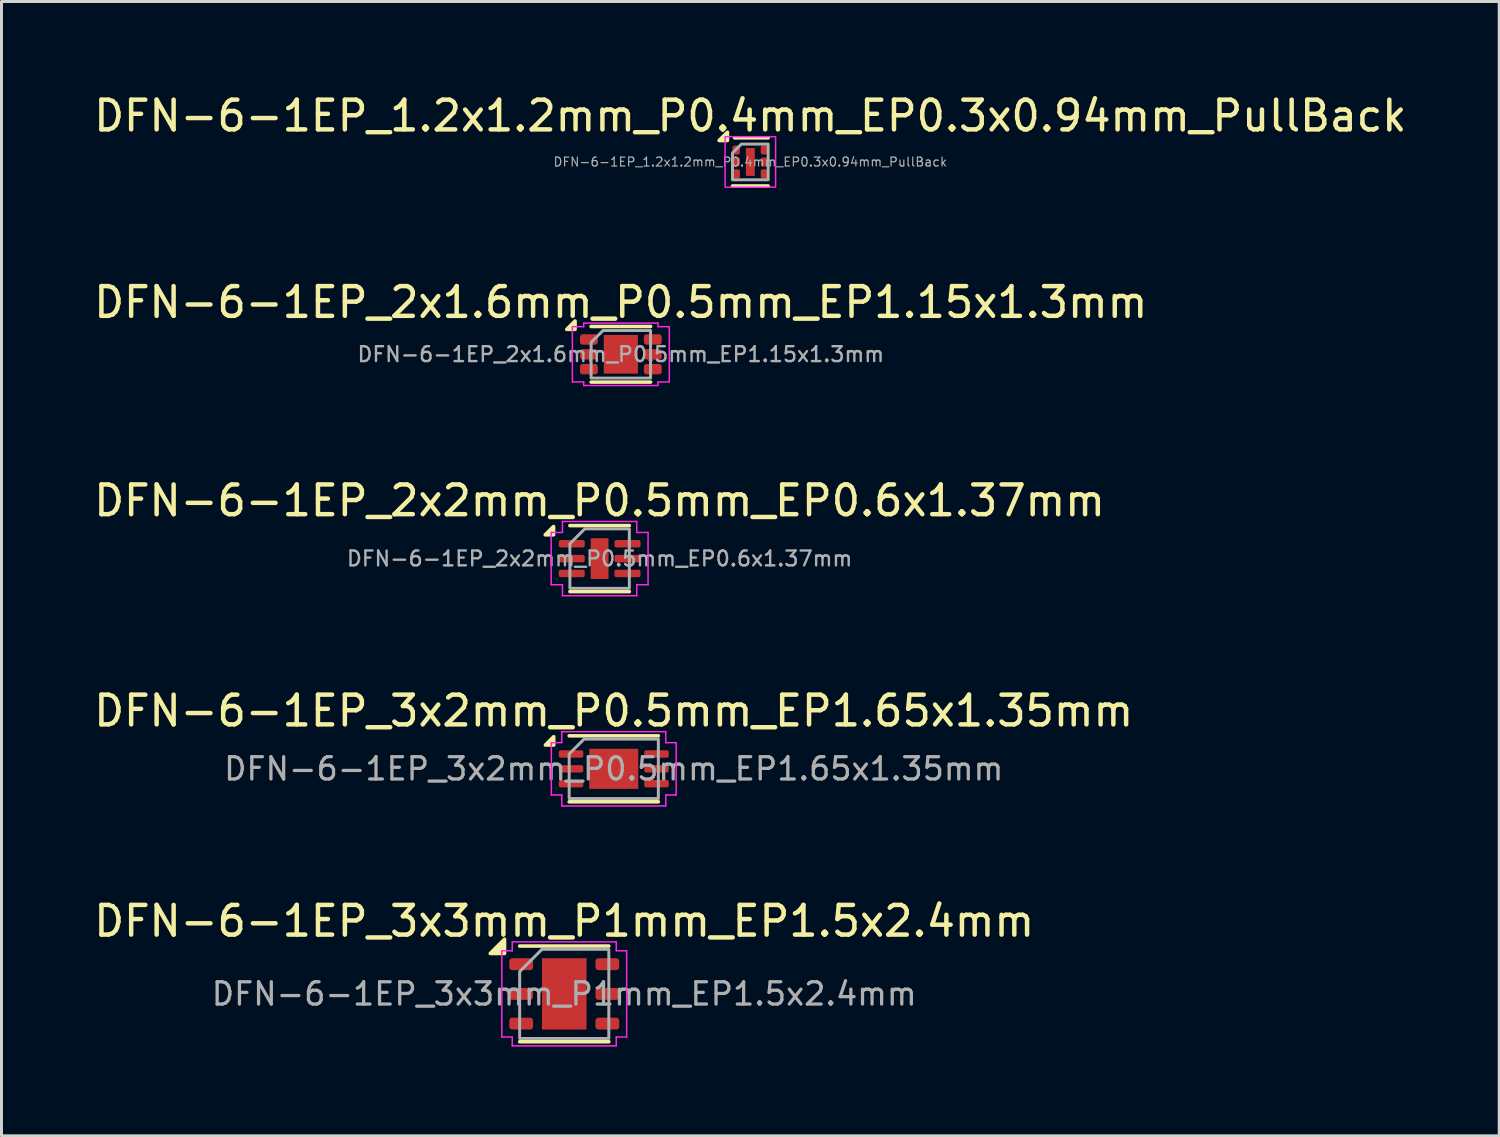
<source format=kicad_pcb>
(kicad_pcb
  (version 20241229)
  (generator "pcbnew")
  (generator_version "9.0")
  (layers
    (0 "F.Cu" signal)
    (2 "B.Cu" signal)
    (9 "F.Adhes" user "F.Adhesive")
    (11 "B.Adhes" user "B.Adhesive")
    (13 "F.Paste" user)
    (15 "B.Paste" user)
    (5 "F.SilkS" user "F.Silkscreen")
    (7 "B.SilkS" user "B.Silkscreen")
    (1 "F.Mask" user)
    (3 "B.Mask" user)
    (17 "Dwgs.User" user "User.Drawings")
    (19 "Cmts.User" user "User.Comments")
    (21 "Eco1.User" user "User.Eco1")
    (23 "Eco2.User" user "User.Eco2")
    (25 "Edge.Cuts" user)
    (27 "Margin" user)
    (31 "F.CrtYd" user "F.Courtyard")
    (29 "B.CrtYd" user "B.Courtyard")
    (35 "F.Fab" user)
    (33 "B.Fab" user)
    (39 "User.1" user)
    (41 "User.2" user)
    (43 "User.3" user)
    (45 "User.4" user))
  (footprint "DFN-6-1EP_3x3mm_P1mm_EP1.5x2.4mm"
    (layer "F.Cu")
    (at 15.935 30.391)
    (property "Reference" "DFN-6-1EP_3x3mm_P1mm_EP1.5x2.4mm" (at 0 -2.45 0) (layer "F.SilkS") (effects (font (size 1 1) (thickness 0.15))))
    (attr smd)
    (fp_line (start -1.5 -1.61) (end 1.5 -1.61) (stroke (width 0.12) (type solid)) (layer "F.SilkS"))
    (fp_line (start -1.5 1.61) (end 1.5 1.61) (stroke (width 0.12) (type solid)) (layer "F.SilkS"))
    (fp_poly (pts (xy -2.01 -1.36) (xy -2.49 -1.36) (xy -2.01 -1.84)) (stroke (width 0.12) (type solid)) (fill yes) (layer "F.SilkS"))
    (fp_line (start -2.1 -1.45) (end -1.75 -1.45) (stroke (width 0.05) (type solid)) (layer "F.CrtYd"))
    (fp_line (start -2.1 1.45) (end -2.1 -1.45) (stroke (width 0.05) (type solid)) (layer "F.CrtYd"))
    (fp_line (start -1.75 -1.75) (end 1.75 -1.75) (stroke (width 0.05) (type solid)) (layer "F.CrtYd"))
    (fp_line (start -1.75 -1.45) (end -1.75 -1.75) (stroke (width 0.05) (type solid)) (layer "F.CrtYd"))
    (fp_line (start -1.75 1.45) (end -2.1 1.45) (stroke (width 0.05) (type solid)) (layer "F.CrtYd"))
    (fp_line (start -1.75 1.75) (end -1.75 1.45) (stroke (width 0.05) (type solid)) (layer "F.CrtYd"))
    (fp_line (start 1.75 -1.75) (end 1.75 -1.45) (stroke (width 0.05) (type solid)) (layer "F.CrtYd"))
    (fp_line (start 1.75 -1.45) (end 2.1 -1.45) (stroke (width 0.05) (type solid)) (layer "F.CrtYd"))
    (fp_line (start 1.75 1.45) (end 1.75 1.75) (stroke (width 0.05) (type solid)) (layer "F.CrtYd"))
    (fp_line (start 1.75 1.75) (end -1.75 1.75) (stroke (width 0.05) (type solid)) (layer "F.CrtYd"))
    (fp_line (start 2.1 -1.45) (end 2.1 1.45) (stroke (width 0.05) (type solid)) (layer "F.CrtYd"))
    (fp_line (start 2.1 1.45) (end 1.75 1.45) (stroke (width 0.05) (type solid)) (layer "F.CrtYd"))
    (fp_poly (pts (xy -1.5 -0.75) (xy -1.5 1.5) (xy 1.5 1.5) (xy 1.5 -1.5) (xy -0.75 -1.5)) (stroke (width 0.1) (type solid)) (fill no) (layer "F.Fab"))
    (fp_text user "${REFERENCE}" (at 0 0 0) (layer "F.Fab") (effects (font (size 0.75 0.75) (thickness 0.11))))
    (pad "" smd roundrect (at -0.375 -0.6) (size 0.6 0.97) (layers "F.Paste") (roundrect_rratio 0.25))
    (pad "" smd roundrect (at -0.375 0.6) (size 0.6 0.97) (layers "F.Paste") (roundrect_rratio 0.25))
    (pad "" smd roundrect (at 0.375 -0.6) (size 0.6 0.97) (layers "F.Paste") (roundrect_rratio 0.25))
    (pad "" smd roundrect (at 0.375 0.6) (size 0.6 0.97) (layers "F.Paste") (roundrect_rratio 0.25))
    (pad "1" smd roundrect (at -1.45 -1) (size 0.8 0.4) (layers "F.Cu" "F.Mask" "F.Paste") (roundrect_rratio 0.25))
    (pad "2" smd roundrect (at -1.45 0) (size 0.8 0.4) (layers "F.Cu" "F.Mask" "F.Paste") (roundrect_rratio 0.25))
    (pad "3" smd roundrect (at -1.45 1) (size 0.8 0.4) (layers "F.Cu" "F.Mask" "F.Paste") (roundrect_rratio 0.25))
    (pad "4" smd roundrect (at 1.45 1) (size 0.8 0.4) (layers "F.Cu" "F.Mask" "F.Paste") (roundrect_rratio 0.25))
    (pad "5" smd roundrect (at 1.45 0) (size 0.8 0.4) (layers "F.Cu" "F.Mask" "F.Paste") (roundrect_rratio 0.25))
    (pad "6" smd roundrect (at 1.45 -1) (size 0.8 0.4) (layers "F.Cu" "F.Mask" "F.Paste") (roundrect_rratio 0.25))
    (pad "7" smd rect (at 0 0) (size 1.5 2.4) (property pad_prop_heatsink) (layers "F.Cu" "F.Mask")))
  (footprint "DFN-6-1EP_2x2mm_P0.5mm_EP0.6x1.37mm"
    (layer "F.Cu")
    (at 17.125 15.745)
    (property "Reference" "DFN-6-1EP_2x2mm_P0.5mm_EP0.6x1.37mm" (at 0 -1.95 0) (layer "F.SilkS") (effects (font (size 1 1) (thickness 0.15))))
    (attr smd)
    (fp_line (start -1 -1.11) (end 1 -1.11) (stroke (width 0.12) (type solid)) (layer "F.SilkS"))
    (fp_line (start -1 1.11) (end 1 1.11) (stroke (width 0.12) (type solid)) (layer "F.SilkS"))
    (fp_poly (pts (xy -1.55 -0.8) (xy -1.83 -0.8) (xy -1.55 -1.08)) (stroke (width 0.12) (type solid)) (fill yes) (layer "F.SilkS"))
    (fp_line (start -1.63 -0.88) (end -1.25 -0.88) (stroke (width 0.05) (type solid)) (layer "F.CrtYd"))
    (fp_line (start -1.63 0.88) (end -1.63 -0.88) (stroke (width 0.05) (type solid)) (layer "F.CrtYd"))
    (fp_line (start -1.25 -1.25) (end 1.25 -1.25) (stroke (width 0.05) (type solid)) (layer "F.CrtYd"))
    (fp_line (start -1.25 -0.88) (end -1.25 -1.25) (stroke (width 0.05) (type solid)) (layer "F.CrtYd"))
    (fp_line (start -1.25 0.88) (end -1.63 0.88) (stroke (width 0.05) (type solid)) (layer "F.CrtYd"))
    (fp_line (start -1.25 1.25) (end -1.25 0.88) (stroke (width 0.05) (type solid)) (layer "F.CrtYd"))
    (fp_line (start 1.25 -1.25) (end 1.25 -0.88) (stroke (width 0.05) (type solid)) (layer "F.CrtYd"))
    (fp_line (start 1.25 -0.88) (end 1.63 -0.88) (stroke (width 0.05) (type solid)) (layer "F.CrtYd"))
    (fp_line (start 1.25 0.88) (end 1.25 1.25) (stroke (width 0.05) (type solid)) (layer "F.CrtYd"))
    (fp_line (start 1.25 1.25) (end -1.25 1.25) (stroke (width 0.05) (type solid)) (layer "F.CrtYd"))
    (fp_line (start 1.63 -0.88) (end 1.63 0.88) (stroke (width 0.05) (type solid)) (layer "F.CrtYd"))
    (fp_line (start 1.63 0.88) (end 1.25 0.88) (stroke (width 0.05) (type solid)) (layer "F.CrtYd"))
    (fp_poly (pts (xy -1 -0.5) (xy -1 1) (xy 1 1) (xy 1 -1) (xy -0.5 -1)) (stroke (width 0.1) (type solid)) (fill no) (layer "F.Fab"))
    (fp_text user "${REFERENCE}" (at 0 0 0) (layer "F.Fab") (effects (font (size 0.5 0.5) (thickness 0.08))))
    (pad "" smd roundrect (at 0 -0.34) (size 0.48 0.55) (layers "F.Paste") (roundrect_rratio 0.25))
    (pad "" smd roundrect (at 0 0.34) (size 0.48 0.55) (layers "F.Paste") (roundrect_rratio 0.25))
    (pad "1" smd roundrect (at -0.938 -0.5) (size 0.875 0.25) (layers "F.Cu" "F.Mask" "F.Paste") (roundrect_rratio 0.25))
    (pad "2" smd roundrect (at -0.938 0) (size 0.875 0.25) (layers "F.Cu" "F.Mask" "F.Paste") (roundrect_rratio 0.25))
    (pad "3" smd roundrect (at -0.938 0.5) (size 0.875 0.25) (layers "F.Cu" "F.Mask" "F.Paste") (roundrect_rratio 0.25))
    (pad "4" smd roundrect (at 0.938 0.5) (size 0.875 0.25) (layers "F.Cu" "F.Mask" "F.Paste") (roundrect_rratio 0.25))
    (pad "5" smd roundrect (at 0.938 0) (size 0.875 0.25) (layers "F.Cu" "F.Mask" "F.Paste") (roundrect_rratio 0.25))
    (pad "6" smd roundrect (at 0.938 -0.5) (size 0.875 0.25) (layers "F.Cu" "F.Mask" "F.Paste") (roundrect_rratio 0.25))
    (pad "7" smd rect (at 0 0) (size 0.6 1.37) (property pad_prop_heatsink) (layers "F.Cu" "F.Mask")))
  (footprint "DFN-6-1EP_1.2x1.2mm_P0.4mm_EP0.3x0.94mm_PullBack"
    (layer "F.Cu")
    (at 22.196 2.398)
    (property "Reference" "DFN-6-1EP_1.2x1.2mm_P0.4mm_EP0.3x0.94mm_PullBack" (at 0 -1.55 0) (layer "F.SilkS") (effects (font (size 1 1) (thickness 0.15))))
    (attr smd)
    (fp_line (start -0.6 0.81) (end 0.6 0.81) (stroke (width 0.12) (type solid)) (layer "F.SilkS"))
    (fp_line (start -0.53 -0.81) (end 0.6 -0.81) (stroke (width 0.12) (type solid)) (layer "F.SilkS"))
    (fp_poly (pts (xy -0.77 -0.72) (xy -1.05 -0.72) (xy -0.77 -1)) (stroke (width 0.12) (type solid)) (fill yes) (layer "F.SilkS"))
    (fp_rect (start 0.85 0.85) (end -0.85 -0.85) (stroke (width 0.05) (type solid)) (fill no) (layer "F.CrtYd"))
    (fp_poly (pts (xy -0.6 -0.3) (xy -0.6 0.6) (xy 0.6 0.6) (xy 0.6 -0.6) (xy -0.3 -0.6)) (stroke (width 0.1) (type solid)) (fill no) (layer "F.Fab"))
    (fp_text user "${REFERENCE}" (at 0 0 0) (layer "F.Fab") (effects (font (size 0.3 0.3) (thickness 0.04))))
    (pad "" smd roundrect (at 0 -0.235) (size 0.24 0.38) (layers "F.Paste") (roundrect_rratio 0.25))
    (pad "" smd roundrect (at 0 0.235) (size 0.24 0.38) (layers "F.Paste") (roundrect_rratio 0.25))
    (pad "1" smd roundrect (at -0.475 -0.4) (size 0.25 0.3) (layers "F.Cu" "F.Mask" "F.Paste") (roundrect_rratio 0.25))
    (pad "2" smd roundrect (at -0.475 0) (size 0.25 0.3) (layers "F.Cu" "F.Mask" "F.Paste") (roundrect_rratio 0.25))
    (pad "3" smd roundrect (at -0.475 0.4) (size 0.25 0.3) (layers "F.Cu" "F.Mask" "F.Paste") (roundrect_rratio 0.25))
    (pad "4" smd roundrect (at 0.475 0.4) (size 0.25 0.3) (layers "F.Cu" "F.Mask" "F.Paste") (roundrect_rratio 0.25))
    (pad "5" smd roundrect (at 0.475 0) (size 0.25 0.3) (layers "F.Cu" "F.Mask" "F.Paste") (roundrect_rratio 0.25))
    (pad "6" smd roundrect (at 0.475 -0.4) (size 0.25 0.3) (layers "F.Cu" "F.Mask" "F.Paste") (roundrect_rratio 0.25))
    (pad "7" smd rect (at 0 0) (size 0.3 0.94) (property pad_prop_heatsink) (layers "F.Cu" "F.Mask")))
  (footprint "DFN-6-1EP_2x1.6mm_P0.5mm_EP1.15x1.3mm"
    (layer "F.Cu")
    (at 17.839 8.871)
    (property "Reference" "DFN-6-1EP_2x1.6mm_P0.5mm_EP1.15x1.3mm" (at 0 -1.75 0) (layer "F.SilkS") (effects (font (size 1 1) (thickness 0.15))))
    (attr smd)
    (fp_line (start -1 -0.935) (end 1 -0.935) (stroke (width 0.12) (type solid)) (layer "F.SilkS"))
    (fp_line (start -1 0.935) (end 1 0.935) (stroke (width 0.12) (type solid)) (layer "F.SilkS"))
    (fp_poly (pts (xy -1.54 -0.84) (xy -1.82 -0.84) (xy -1.54 -1.12)) (stroke (width 0.12) (type solid)) (fill yes) (layer "F.SilkS"))
    (fp_line (start -1.63 -0.93) (end -1.25 -0.93) (stroke (width 0.05) (type solid)) (layer "F.CrtYd"))
    (fp_line (start -1.63 0.93) (end -1.63 -0.93) (stroke (width 0.05) (type solid)) (layer "F.CrtYd"))
    (fp_line (start -1.25 -1.05) (end 1.25 -1.05) (stroke (width 0.05) (type solid)) (layer "F.CrtYd"))
    (fp_line (start -1.25 -0.93) (end -1.25 -1.05) (stroke (width 0.05) (type solid)) (layer "F.CrtYd"))
    (fp_line (start -1.25 0.93) (end -1.63 0.93) (stroke (width 0.05) (type solid)) (layer "F.CrtYd"))
    (fp_line (start -1.25 1.05) (end -1.25 0.93) (stroke (width 0.05) (type solid)) (layer "F.CrtYd"))
    (fp_line (start 1.25 -1.05) (end 1.25 -0.93) (stroke (width 0.05) (type solid)) (layer "F.CrtYd"))
    (fp_line (start 1.25 -0.93) (end 1.63 -0.93) (stroke (width 0.05) (type solid)) (layer "F.CrtYd"))
    (fp_line (start 1.25 0.93) (end 1.25 1.05) (stroke (width 0.05) (type solid)) (layer "F.CrtYd"))
    (fp_line (start 1.25 1.05) (end -1.25 1.05) (stroke (width 0.05) (type solid)) (layer "F.CrtYd"))
    (fp_line (start 1.63 -0.93) (end 1.63 0.93) (stroke (width 0.05) (type solid)) (layer "F.CrtYd"))
    (fp_line (start 1.63 0.93) (end 1.25 0.93) (stroke (width 0.05) (type solid)) (layer "F.CrtYd"))
    (fp_poly (pts (xy -1 -0.4) (xy -1 0.8) (xy 1 0.8) (xy 1 -0.8) (xy -0.6 -0.8)) (stroke (width 0.1) (type solid)) (fill no) (layer "F.Fab"))
    (fp_text user "${REFERENCE}" (at 0 0 0) (layer "F.Fab") (effects (font (size 0.5 0.5) (thickness 0.08))))
    (pad "" smd roundrect (at 0 -0.325) (size 0.93 0.52) (layers "F.Paste") (roundrect_rratio 0.25))
    (pad "" smd roundrect (at 0 0.325) (size 0.93 0.52) (layers "F.Paste") (roundrect_rratio 0.25))
    (pad "1" smd roundrect (at -1.075 -0.5) (size 0.6 0.35) (layers "F.Cu" "F.Mask" "F.Paste") (roundrect_rratio 0.25))
    (pad "2" smd roundrect (at -1.075 0) (size 0.6 0.35) (layers "F.Cu" "F.Mask" "F.Paste") (roundrect_rratio 0.25))
    (pad "3" smd roundrect (at -1.075 0.5) (size 0.6 0.35) (layers "F.Cu" "F.Mask" "F.Paste") (roundrect_rratio 0.25))
    (pad "4" smd roundrect (at 1.075 0.5) (size 0.6 0.35) (layers "F.Cu" "F.Mask" "F.Paste") (roundrect_rratio 0.25))
    (pad "5" smd roundrect (at 1.075 0) (size 0.6 0.35) (layers "F.Cu" "F.Mask" "F.Paste") (roundrect_rratio 0.25))
    (pad "6" smd roundrect (at 1.075 -0.5) (size 0.6 0.35) (layers "F.Cu" "F.Mask" "F.Paste") (roundrect_rratio 0.25))
    (pad "7" smd rect (at 0 0) (size 1.15 1.3) (property pad_prop_heatsink) (layers "F.Cu" "F.Mask")))
  (footprint "DFN-6-1EP_3x2mm_P0.5mm_EP1.65x1.35mm"
    (layer "F.Cu")
    (at 17.601 22.818)
    (property "Reference" "DFN-6-1EP_3x2mm_P0.5mm_EP1.65x1.35mm" (at 0 -1.95 0) (layer "F.SilkS") (effects (font (size 1 1) (thickness 0.15))))
    (attr smd)
    (fp_line (start -1.5 -1.11) (end 1.5 -1.11) (stroke (width 0.12) (type solid)) (layer "F.SilkS"))
    (fp_line (start -1.5 1.11) (end 1.5 1.11) (stroke (width 0.12) (type solid)) (layer "F.SilkS"))
    (fp_poly (pts (xy -2.02 -0.8) (xy -2.3 -0.8) (xy -2.02 -1.08)) (stroke (width 0.12) (type solid)) (fill yes) (layer "F.SilkS"))
    (fp_line (start -2.1 -0.88) (end -1.75 -0.88) (stroke (width 0.05) (type solid)) (layer "F.CrtYd"))
    (fp_line (start -2.1 0.88) (end -2.1 -0.88) (stroke (width 0.05) (type solid)) (layer "F.CrtYd"))
    (fp_line (start -1.75 -1.25) (end 1.75 -1.25) (stroke (width 0.05) (type solid)) (layer "F.CrtYd"))
    (fp_line (start -1.75 -0.88) (end -1.75 -1.25) (stroke (width 0.05) (type solid)) (layer "F.CrtYd"))
    (fp_line (start -1.75 0.88) (end -2.1 0.88) (stroke (width 0.05) (type solid)) (layer "F.CrtYd"))
    (fp_line (start -1.75 1.25) (end -1.75 0.88) (stroke (width 0.05) (type solid)) (layer "F.CrtYd"))
    (fp_line (start 1.75 -1.25) (end 1.75 -0.88) (stroke (width 0.05) (type solid)) (layer "F.CrtYd"))
    (fp_line (start 1.75 -0.88) (end 2.1 -0.88) (stroke (width 0.05) (type solid)) (layer "F.CrtYd"))
    (fp_line (start 1.75 0.88) (end 1.75 1.25) (stroke (width 0.05) (type solid)) (layer "F.CrtYd"))
    (fp_line (start 1.75 1.25) (end -1.75 1.25) (stroke (width 0.05) (type solid)) (layer "F.CrtYd"))
    (fp_line (start 2.1 -0.88) (end 2.1 0.88) (stroke (width 0.05) (type solid)) (layer "F.CrtYd"))
    (fp_line (start 2.1 0.88) (end 1.75 0.88) (stroke (width 0.05) (type solid)) (layer "F.CrtYd"))
    (fp_poly (pts (xy -1.5 -0.5) (xy -1.5 1) (xy 1.5 1) (xy 1.5 -1) (xy -1 -1)) (stroke (width 0.1) (type solid)) (fill no) (layer "F.Fab"))
    (fp_text user "${REFERENCE}" (at 0 0 0) (layer "F.Fab") (effects (font (size 0.75 0.75) (thickness 0.11))))
    (pad "" smd roundrect (at -0.41 -0.34) (size 0.67 0.54) (layers "F.Paste") (roundrect_rratio 0.25))
    (pad "" smd roundrect (at -0.41 0.34) (size 0.67 0.54) (layers "F.Paste") (roundrect_rratio 0.25))
    (pad "" smd roundrect (at 0.41 -0.34) (size 0.67 0.54) (layers "F.Paste") (roundrect_rratio 0.25))
    (pad "" smd roundrect (at 0.41 0.34) (size 0.67 0.54) (layers "F.Paste") (roundrect_rratio 0.25))
    (pad "1" smd roundrect (at -1.438 -0.5) (size 0.825 0.25) (layers "F.Cu" "F.Mask" "F.Paste") (roundrect_rratio 0.25))
    (pad "2" smd roundrect (at -1.438 0) (size 0.825 0.25) (layers "F.Cu" "F.Mask" "F.Paste") (roundrect_rratio 0.25))
    (pad "3" smd roundrect (at -1.438 0.5) (size 0.825 0.25) (layers "F.Cu" "F.Mask" "F.Paste") (roundrect_rratio 0.25))
    (pad "4" smd roundrect (at 1.438 0.5) (size 0.825 0.25) (layers "F.Cu" "F.Mask" "F.Paste") (roundrect_rratio 0.25))
    (pad "5" smd roundrect (at 1.438 0) (size 0.825 0.25) (layers "F.Cu" "F.Mask" "F.Paste") (roundrect_rratio 0.25))
    (pad "6" smd roundrect (at 1.438 -0.5) (size 0.825 0.25) (layers "F.Cu" "F.Mask" "F.Paste") (roundrect_rratio 0.25))
    (pad "7" smd rect (at 0 0) (size 1.65 1.35) (property pad_prop_heatsink) (layers "F.Cu" "F.Mask")))
  (gr_rect
    (start -3 -3)
    (end 47.393 35.166)
    (stroke (width 0.1) (type default))
    (fill no)
    (layer "Edge.Cuts")))
</source>
